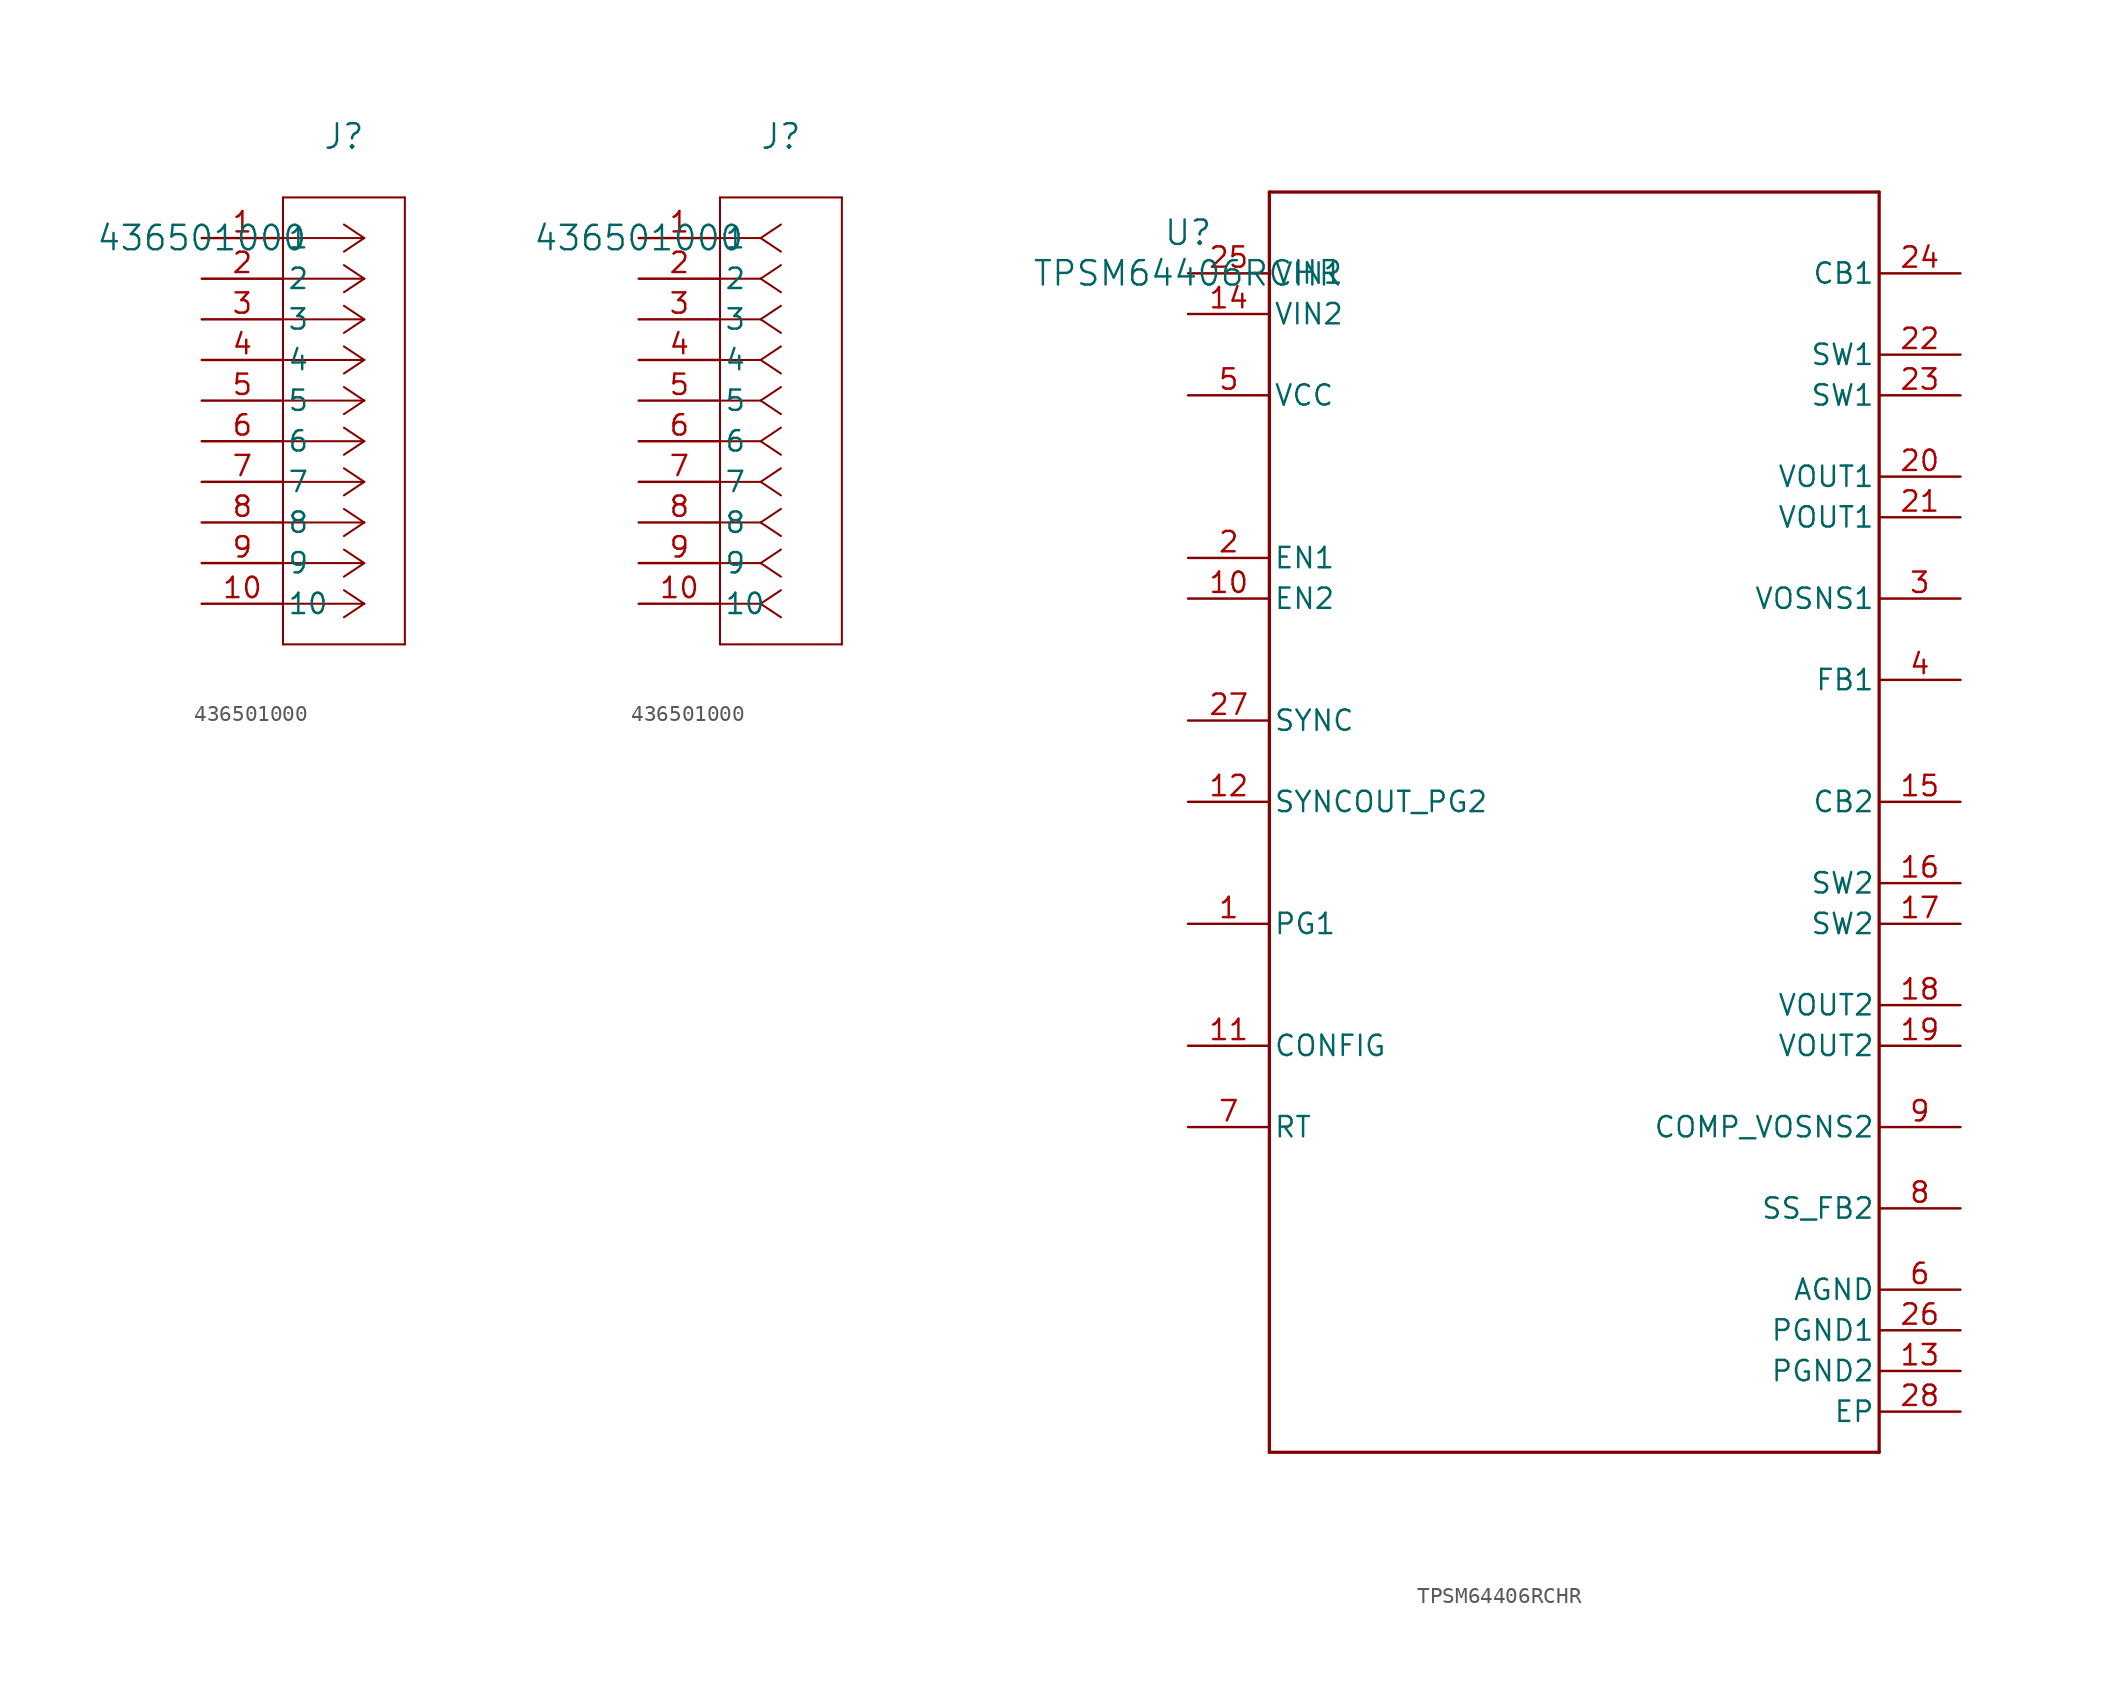
<source format=kicad_sym>
(kicad_symbol_lib
  (version 20231120)
  (generator "kicad_symbol_editor")
  (generator_version "8.0")
  (symbol "436501000"
    (pin_names
      (offset 0.254))
    (property "Reference" "J"
      (at 8.89 6.35 0)
      (effects (font (size 1.524 1.524))))
    (property "Value" "436501000"
      (at 0 0 0)
      (effects (font (size 1.524 1.524))))
    (property "ki_locked" ""
      (at 0 0 0)
      (effects (font (size 1.27 1.27))))
    (symbol "436501000_1_1"
      (polyline (pts (xy 5.08 -25.4) (xy 12.7 -25.4)) (stroke (width 0.127) (type default)) (fill (type none)))
      (polyline (pts (xy 5.08 2.54) (xy 5.08 -25.4)) (stroke (width 0.127) (type default)) (fill (type none)))
      (polyline (pts (xy 10.16 -22.86) (xy 5.08 -22.86)) (stroke (width 0.127) (type default)) (fill (type none)))
      (polyline (pts (xy 10.16 -22.86) (xy 8.89 -23.707)) (stroke (width 0.127) (type default)) (fill (type none)))
      (polyline (pts (xy 10.16 -22.86) (xy 8.89 -22.013)) (stroke (width 0.127) (type default)) (fill (type none)))
      (polyline (pts (xy 10.16 -20.32) (xy 5.08 -20.32)) (stroke (width 0.127) (type default)) (fill (type none)))
      (polyline (pts (xy 10.16 -20.32) (xy 8.89 -21.167)) (stroke (width 0.127) (type default)) (fill (type none)))
      (polyline (pts (xy 10.16 -20.32) (xy 8.89 -19.473)) (stroke (width 0.127) (type default)) (fill (type none)))
      (polyline (pts (xy 10.16 -17.78) (xy 5.08 -17.78)) (stroke (width 0.127) (type default)) (fill (type none)))
      (polyline (pts (xy 10.16 -17.78) (xy 8.89 -18.627)) (stroke (width 0.127) (type default)) (fill (type none)))
      (polyline (pts (xy 10.16 -17.78) (xy 8.89 -16.933)) (stroke (width 0.127) (type default)) (fill (type none)))
      (polyline (pts (xy 10.16 -15.24) (xy 5.08 -15.24)) (stroke (width 0.127) (type default)) (fill (type none)))
      (polyline (pts (xy 10.16 -15.24) (xy 8.89 -16.087)) (stroke (width 0.127) (type default)) (fill (type none)))
      (polyline (pts (xy 10.16 -15.24) (xy 8.89 -14.393)) (stroke (width 0.127) (type default)) (fill (type none)))
      (polyline (pts (xy 10.16 -12.7) (xy 5.08 -12.7)) (stroke (width 0.127) (type default)) (fill (type none)))
      (polyline (pts (xy 10.16 -12.7) (xy 8.89 -13.547)) (stroke (width 0.127) (type default)) (fill (type none)))
      (polyline (pts (xy 10.16 -12.7) (xy 8.89 -11.853)) (stroke (width 0.127) (type default)) (fill (type none)))
      (polyline (pts (xy 10.16 -10.16) (xy 5.08 -10.16)) (stroke (width 0.127) (type default)) (fill (type none)))
      (polyline (pts (xy 10.16 -10.16) (xy 8.89 -11.007)) (stroke (width 0.127) (type default)) (fill (type none)))
      (polyline (pts (xy 10.16 -10.16) (xy 8.89 -9.313)) (stroke (width 0.127) (type default)) (fill (type none)))
      (polyline (pts (xy 10.16 -7.62) (xy 5.08 -7.62)) (stroke (width 0.127) (type default)) (fill (type none)))
      (polyline (pts (xy 10.16 -7.62) (xy 8.89 -8.467)) (stroke (width 0.127) (type default)) (fill (type none)))
      (polyline (pts (xy 10.16 -7.62) (xy 8.89 -6.773)) (stroke (width 0.127) (type default)) (fill (type none)))
      (polyline (pts (xy 10.16 -5.08) (xy 5.08 -5.08)) (stroke (width 0.127) (type default)) (fill (type none)))
      (polyline (pts (xy 10.16 -5.08) (xy 8.89 -5.927)) (stroke (width 0.127) (type default)) (fill (type none)))
      (polyline (pts (xy 10.16 -5.08) (xy 8.89 -4.233)) (stroke (width 0.127) (type default)) (fill (type none)))
      (polyline (pts (xy 10.16 -2.54) (xy 5.08 -2.54)) (stroke (width 0.127) (type default)) (fill (type none)))
      (polyline (pts (xy 10.16 -2.54) (xy 8.89 -3.387)) (stroke (width 0.127) (type default)) (fill (type none)))
      (polyline (pts (xy 10.16 -2.54) (xy 8.89 -1.693)) (stroke (width 0.127) (type default)) (fill (type none)))
      (polyline (pts (xy 10.16 0) (xy 5.08 0)) (stroke (width 0.127) (type default)) (fill (type none)))
      (polyline (pts (xy 10.16 0) (xy 8.89 -0.847)) (stroke (width 0.127) (type default)) (fill (type none)))
      (polyline (pts (xy 10.16 0) (xy 8.89 0.847)) (stroke (width 0.127) (type default)) (fill (type none)))
      (polyline (pts (xy 12.7 -25.4) (xy 12.7 2.54)) (stroke (width 0.127) (type default)) (fill (type none)))
      (polyline (pts (xy 12.7 2.54) (xy 5.08 2.54)) (stroke (width 0.127) (type default)) (fill (type none)))
      (pin unspecified line (at 0 0 0) (length 5.08) (name "1" (effects (font (size 1.27 1.27)))) (number "1" (effects (font (size 1.27 1.27)))))
      (pin unspecified line (at 0 -22.86 0) (length 5.08) (name "10" (effects (font (size 1.27 1.27)))) (number "10" (effects (font (size 1.27 1.27)))))
      (pin unspecified line (at 0 -2.54 0) (length 5.08) (name "2" (effects (font (size 1.27 1.27)))) (number "2" (effects (font (size 1.27 1.27)))))
      (pin unspecified line (at 0 -5.08 0) (length 5.08) (name "3" (effects (font (size 1.27 1.27)))) (number "3" (effects (font (size 1.27 1.27)))))
      (pin unspecified line (at 0 -7.62 0) (length 5.08) (name "4" (effects (font (size 1.27 1.27)))) (number "4" (effects (font (size 1.27 1.27)))))
      (pin unspecified line (at 0 -10.16 0) (length 5.08) (name "5" (effects (font (size 1.27 1.27)))) (number "5" (effects (font (size 1.27 1.27)))))
      (pin unspecified line (at 0 -12.7 0) (length 5.08) (name "6" (effects (font (size 1.27 1.27)))) (number "6" (effects (font (size 1.27 1.27)))))
      (pin unspecified line (at 0 -15.24 0) (length 5.08) (name "7" (effects (font (size 1.27 1.27)))) (number "7" (effects (font (size 1.27 1.27)))))
      (pin unspecified line (at 0 -17.78 0) (length 5.08) (name "8" (effects (font (size 1.27 1.27)))) (number "8" (effects (font (size 1.27 1.27)))))
      (pin unspecified line (at 0 -20.32 0) (length 5.08) (name "9" (effects (font (size 1.27 1.27)))) (number "9" (effects (font (size 1.27 1.27))))))
    (symbol "436501000_1_2"
      (polyline (pts (xy 5.08 -25.4) (xy 12.7 -25.4)) (stroke (width 0.127) (type default)) (fill (type none)))
      (polyline (pts (xy 5.08 2.54) (xy 5.08 -25.4)) (stroke (width 0.127) (type default)) (fill (type none)))
      (polyline (pts (xy 7.62 -22.86) (xy 5.08 -22.86)) (stroke (width 0.127) (type default)) (fill (type none)))
      (polyline (pts (xy 7.62 -22.86) (xy 8.89 -23.707)) (stroke (width 0.127) (type default)) (fill (type none)))
      (polyline (pts (xy 7.62 -22.86) (xy 8.89 -22.013)) (stroke (width 0.127) (type default)) (fill (type none)))
      (polyline (pts (xy 7.62 -20.32) (xy 5.08 -20.32)) (stroke (width 0.127) (type default)) (fill (type none)))
      (polyline (pts (xy 7.62 -20.32) (xy 8.89 -21.167)) (stroke (width 0.127) (type default)) (fill (type none)))
      (polyline (pts (xy 7.62 -20.32) (xy 8.89 -19.473)) (stroke (width 0.127) (type default)) (fill (type none)))
      (polyline (pts (xy 7.62 -17.78) (xy 5.08 -17.78)) (stroke (width 0.127) (type default)) (fill (type none)))
      (polyline (pts (xy 7.62 -17.78) (xy 8.89 -18.627)) (stroke (width 0.127) (type default)) (fill (type none)))
      (polyline (pts (xy 7.62 -17.78) (xy 8.89 -16.933)) (stroke (width 0.127) (type default)) (fill (type none)))
      (polyline (pts (xy 7.62 -15.24) (xy 5.08 -15.24)) (stroke (width 0.127) (type default)) (fill (type none)))
      (polyline (pts (xy 7.62 -15.24) (xy 8.89 -16.087)) (stroke (width 0.127) (type default)) (fill (type none)))
      (polyline (pts (xy 7.62 -15.24) (xy 8.89 -14.393)) (stroke (width 0.127) (type default)) (fill (type none)))
      (polyline (pts (xy 7.62 -12.7) (xy 5.08 -12.7)) (stroke (width 0.127) (type default)) (fill (type none)))
      (polyline (pts (xy 7.62 -12.7) (xy 8.89 -13.547)) (stroke (width 0.127) (type default)) (fill (type none)))
      (polyline (pts (xy 7.62 -12.7) (xy 8.89 -11.853)) (stroke (width 0.127) (type default)) (fill (type none)))
      (polyline (pts (xy 7.62 -10.16) (xy 5.08 -10.16)) (stroke (width 0.127) (type default)) (fill (type none)))
      (polyline (pts (xy 7.62 -10.16) (xy 8.89 -11.007)) (stroke (width 0.127) (type default)) (fill (type none)))
      (polyline (pts (xy 7.62 -10.16) (xy 8.89 -9.313)) (stroke (width 0.127) (type default)) (fill (type none)))
      (polyline (pts (xy 7.62 -7.62) (xy 5.08 -7.62)) (stroke (width 0.127) (type default)) (fill (type none)))
      (polyline (pts (xy 7.62 -7.62) (xy 8.89 -8.467)) (stroke (width 0.127) (type default)) (fill (type none)))
      (polyline (pts (xy 7.62 -7.62) (xy 8.89 -6.773)) (stroke (width 0.127) (type default)) (fill (type none)))
      (polyline (pts (xy 7.62 -5.08) (xy 5.08 -5.08)) (stroke (width 0.127) (type default)) (fill (type none)))
      (polyline (pts (xy 7.62 -5.08) (xy 8.89 -5.927)) (stroke (width 0.127) (type default)) (fill (type none)))
      (polyline (pts (xy 7.62 -5.08) (xy 8.89 -4.233)) (stroke (width 0.127) (type default)) (fill (type none)))
      (polyline (pts (xy 7.62 -2.54) (xy 5.08 -2.54)) (stroke (width 0.127) (type default)) (fill (type none)))
      (polyline (pts (xy 7.62 -2.54) (xy 8.89 -3.387)) (stroke (width 0.127) (type default)) (fill (type none)))
      (polyline (pts (xy 7.62 -2.54) (xy 8.89 -1.693)) (stroke (width 0.127) (type default)) (fill (type none)))
      (polyline (pts (xy 7.62 0) (xy 5.08 0)) (stroke (width 0.127) (type default)) (fill (type none)))
      (polyline (pts (xy 7.62 0) (xy 8.89 -0.847)) (stroke (width 0.127) (type default)) (fill (type none)))
      (polyline (pts (xy 7.62 0) (xy 8.89 0.847)) (stroke (width 0.127) (type default)) (fill (type none)))
      (polyline (pts (xy 12.7 -25.4) (xy 12.7 2.54)) (stroke (width 0.127) (type default)) (fill (type none)))
      (polyline (pts (xy 12.7 2.54) (xy 5.08 2.54)) (stroke (width 0.127) (type default)) (fill (type none)))
      (pin unspecified line (at 0 0 0) (length 5.08) (name "1" (effects (font (size 1.27 1.27)))) (number "1" (effects (font (size 1.27 1.27)))))
      (pin unspecified line (at 0 -22.86 0) (length 5.08) (name "10" (effects (font (size 1.27 1.27)))) (number "10" (effects (font (size 1.27 1.27)))))
      (pin unspecified line (at 0 -2.54 0) (length 5.08) (name "2" (effects (font (size 1.27 1.27)))) (number "2" (effects (font (size 1.27 1.27)))))
      (pin unspecified line (at 0 -5.08 0) (length 5.08) (name "3" (effects (font (size 1.27 1.27)))) (number "3" (effects (font (size 1.27 1.27)))))
      (pin unspecified line (at 0 -7.62 0) (length 5.08) (name "4" (effects (font (size 1.27 1.27)))) (number "4" (effects (font (size 1.27 1.27)))))
      (pin unspecified line (at 0 -10.16 0) (length 5.08) (name "5" (effects (font (size 1.27 1.27)))) (number "5" (effects (font (size 1.27 1.27)))))
      (pin unspecified line (at 0 -12.7 0) (length 5.08) (name "6" (effects (font (size 1.27 1.27)))) (number "6" (effects (font (size 1.27 1.27)))))
      (pin unspecified line (at 0 -15.24 0) (length 5.08) (name "7" (effects (font (size 1.27 1.27)))) (number "7" (effects (font (size 1.27 1.27)))))
      (pin unspecified line (at 0 -17.78 0) (length 5.08) (name "8" (effects (font (size 1.27 1.27)))) (number "8" (effects (font (size 1.27 1.27)))))
      (pin unspecified line (at 0 -20.32 0) (length 5.08) (name "9" (effects (font (size 1.27 1.27)))) (number "9" (effects (font (size 1.27 1.27)))))))
  (symbol "TPSM64406RCHR"
    (pin_names
      (offset 0.254))
    (property "Reference" "U"
      (at 0 2.54 0)
      (effects (font (size 1.524 1.524))))
    (property "Value" "TPSM64406RCHR"
      (at 0 0 0)
      (effects (font (size 1.524 1.524))))
    (property "ki_locked" ""
      (at 0 0 0)
      (effects (font (size 1.27 1.27))))
    (symbol "TPSM64406RCHR_0_1"
      (polyline (pts (xy 5.08 -73.66) (xy 43.18 -73.66)) (stroke (width 0.203) (type default)) (fill (type none)))
      (polyline (pts (xy 5.08 5.08) (xy 5.08 -73.66)) (stroke (width 0.203) (type default)) (fill (type none)))
      (polyline (pts (xy 43.18 -73.66) (xy 43.18 5.08)) (stroke (width 0.203) (type default)) (fill (type none)))
      (polyline (pts (xy 43.18 5.08) (xy 5.08 5.08)) (stroke (width 0.203) (type default)) (fill (type none)))
      (pin unspecified line (at 0 -40.64 0) (length 5.08) (name "PG1" (effects (font (size 1.27 1.27)))) (number "1" (effects (font (size 1.27 1.27)))))
      (pin input line (at 0 -20.32 0) (length 5.08) (name "EN2" (effects (font (size 1.27 1.27)))) (number "10" (effects (font (size 1.27 1.27)))))
      (pin unspecified line (at 0 -48.26 0) (length 5.08) (name "CONFIG" (effects (font (size 1.27 1.27)))) (number "11" (effects (font (size 1.27 1.27)))))
      (pin unspecified line (at 0 -33.02 0) (length 5.08) (name "SYNCOUT_PG2" (effects (font (size 1.27 1.27)))) (number "12" (effects (font (size 1.27 1.27)))))
      (pin power_in line (at 48.26 -68.58 180) (length 5.08) (name "PGND2" (effects (font (size 1.27 1.27)))) (number "13" (effects (font (size 1.27 1.27)))))
      (pin power_in line (at 0 -2.54 0) (length 5.08) (name "VIN2" (effects (font (size 1.27 1.27)))) (number "14" (effects (font (size 1.27 1.27)))))
      (pin power_in line (at 48.26 -33.02 180) (length 5.08) (name "CB2" (effects (font (size 1.27 1.27)))) (number "15" (effects (font (size 1.27 1.27)))))
      (pin power_in line (at 48.26 -38.1 180) (length 5.08) (name "SW2" (effects (font (size 1.27 1.27)))) (number "16" (effects (font (size 1.27 1.27)))))
      (pin power_in line (at 48.26 -40.64 180) (length 5.08) (name "SW2" (effects (font (size 1.27 1.27)))) (number "17" (effects (font (size 1.27 1.27)))))
      (pin power_in line (at 48.26 -45.72 180) (length 5.08) (name "VOUT2" (effects (font (size 1.27 1.27)))) (number "18" (effects (font (size 1.27 1.27)))))
      (pin power_in line (at 48.26 -48.26 180) (length 5.08) (name "VOUT2" (effects (font (size 1.27 1.27)))) (number "19" (effects (font (size 1.27 1.27)))))
      (pin input line (at 0 -17.78 0) (length 5.08) (name "EN1" (effects (font (size 1.27 1.27)))) (number "2" (effects (font (size 1.27 1.27)))))
      (pin power_in line (at 48.26 -12.7 180) (length 5.08) (name "VOUT1" (effects (font (size 1.27 1.27)))) (number "20" (effects (font (size 1.27 1.27)))))
      (pin power_in line (at 48.26 -15.24 180) (length 5.08) (name "VOUT1" (effects (font (size 1.27 1.27)))) (number "21" (effects (font (size 1.27 1.27)))))
      (pin power_in line (at 48.26 -5.08 180) (length 5.08) (name "SW1" (effects (font (size 1.27 1.27)))) (number "22" (effects (font (size 1.27 1.27)))))
      (pin power_in line (at 48.26 -7.62 180) (length 5.08) (name "SW1" (effects (font (size 1.27 1.27)))) (number "23" (effects (font (size 1.27 1.27)))))
      (pin power_in line (at 48.26 0 180) (length 5.08) (name "CB1" (effects (font (size 1.27 1.27)))) (number "24" (effects (font (size 1.27 1.27)))))
      (pin power_in line (at 0 0 0) (length 5.08) (name "VIN1" (effects (font (size 1.27 1.27)))) (number "25" (effects (font (size 1.27 1.27)))))
      (pin power_in line (at 48.26 -66.04 180) (length 5.08) (name "PGND1" (effects (font (size 1.27 1.27)))) (number "26" (effects (font (size 1.27 1.27)))))
      (pin input line (at 0 -27.94 0) (length 5.08) (name "SYNC" (effects (font (size 1.27 1.27)))) (number "27" (effects (font (size 1.27 1.27)))))
      (pin power_in line (at 48.26 -71.12 180) (length 5.08) (name "EP" (effects (font (size 1.27 1.27)))) (number "28" (effects (font (size 1.27 1.27)))))
      (pin unspecified line (at 48.26 -20.32 180) (length 5.08) (name "VOSNS1" (effects (font (size 1.27 1.27)))) (number "3" (effects (font (size 1.27 1.27)))))
      (pin unspecified line (at 48.26 -25.4 180) (length 5.08) (name "FB1" (effects (font (size 1.27 1.27)))) (number "4" (effects (font (size 1.27 1.27)))))
      (pin power_in line (at 0 -7.62 0) (length 5.08) (name "VCC" (effects (font (size 1.27 1.27)))) (number "5" (effects (font (size 1.27 1.27)))))
      (pin power_in line (at 48.26 -63.5 180) (length 5.08) (name "AGND" (effects (font (size 1.27 1.27)))) (number "6" (effects (font (size 1.27 1.27)))))
      (pin unspecified line (at 0 -53.34 0) (length 5.08) (name "RT" (effects (font (size 1.27 1.27)))) (number "7" (effects (font (size 1.27 1.27)))))
      (pin unspecified line (at 48.26 -58.42 180) (length 5.08) (name "SS_FB2" (effects (font (size 1.27 1.27)))) (number "8" (effects (font (size 1.27 1.27)))))
      (pin unspecified line (at 48.26 -53.34 180) (length 5.08) (name "COMP_VOSNS2" (effects (font (size 1.27 1.27)))) (number "9" (effects (font (size 1.27 1.27))))))))
</source>
